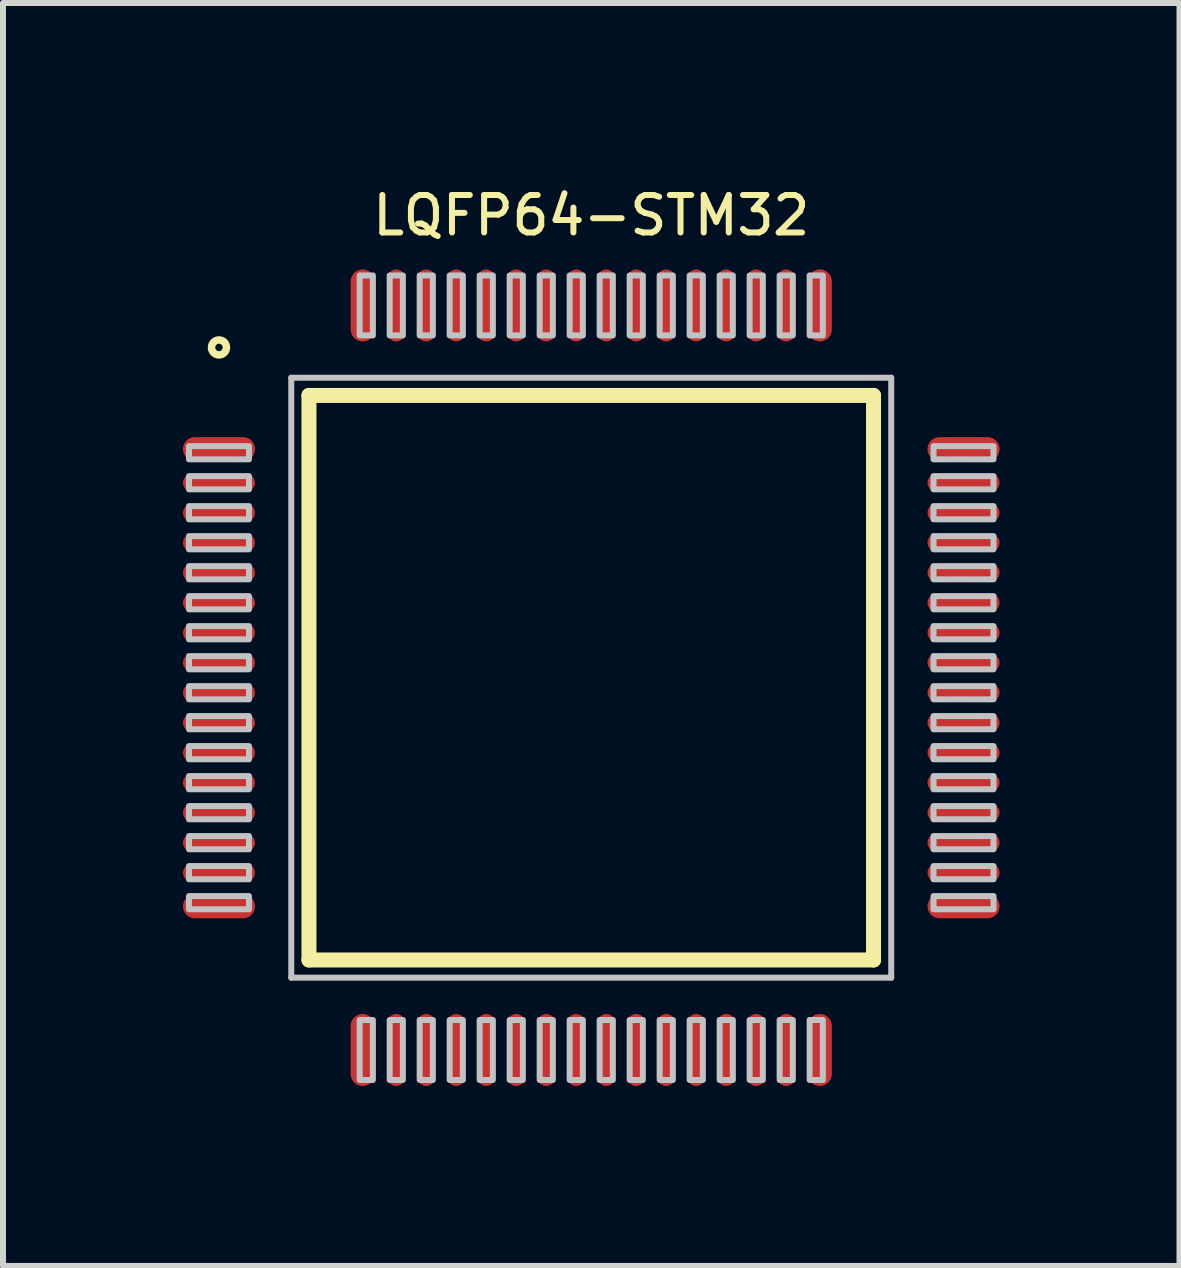
<source format=kicad_pcb>
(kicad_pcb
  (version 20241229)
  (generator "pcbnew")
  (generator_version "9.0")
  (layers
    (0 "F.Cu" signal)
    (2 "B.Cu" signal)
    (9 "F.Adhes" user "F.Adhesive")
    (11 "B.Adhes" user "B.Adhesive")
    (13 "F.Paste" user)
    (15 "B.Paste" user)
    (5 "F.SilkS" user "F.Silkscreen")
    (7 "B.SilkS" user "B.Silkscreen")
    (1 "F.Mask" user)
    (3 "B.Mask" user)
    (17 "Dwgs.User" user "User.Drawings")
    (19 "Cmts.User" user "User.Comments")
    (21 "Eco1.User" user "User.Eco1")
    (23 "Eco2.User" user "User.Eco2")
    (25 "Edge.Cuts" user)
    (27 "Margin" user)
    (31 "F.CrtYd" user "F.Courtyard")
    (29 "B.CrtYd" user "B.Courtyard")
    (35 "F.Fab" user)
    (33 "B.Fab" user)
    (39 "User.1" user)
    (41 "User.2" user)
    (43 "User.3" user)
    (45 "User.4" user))
  (footprint "LQFP64-STM32"
    (layer "F.Cu")
    (at 6.805 8.246)
    (property "Reference" "LQFP64-STM32" (at 0 -7.705 0) (layer "F.SilkS") (effects (font (size 0.625 0.625) (thickness 0.1))))
    (attr through_hole)
    (fp_line (start -4.705 -4.705) (end 4.705 -4.705) (stroke (width 0.25) (type solid)) (layer "F.SilkS"))
    (fp_line (start -4.705 4.705) (end -4.705 -4.705) (stroke (width 0.25) (type solid)) (layer "F.SilkS"))
    (fp_line (start 4.705 -4.705) (end 4.705 4.705) (stroke (width 0.25) (type solid)) (layer "F.SilkS"))
    (fp_line (start 4.705 4.705) (end -4.705 4.705) (stroke (width 0.25) (type solid)) (layer "F.SilkS"))
    (fp_circle (center -6.205 -5.505) (end -6.117 -5.417) (stroke (width 0.125) (type solid)) (fill no) (layer "F.SilkS"))
    (fp_line (start -5 -5) (end -5 5) (stroke (width 0.1) (type solid)) (layer "Dwgs.User"))
    (fp_line (start -5 5) (end 5 5) (stroke (width 0.1) (type solid)) (layer "Dwgs.User"))
    (fp_line (start 5 -5) (end -5 -5) (stroke (width 0.1) (type solid)) (layer "Dwgs.User"))
    (fp_line (start 5 5) (end 5 -5) (stroke (width 0.1) (type solid)) (layer "Dwgs.User"))
    (fp_poly (pts (xy -6.705 -3.86) (xy -6.705 -3.64) (xy -5.705 -3.64) (xy -5.705 -3.86) (xy -6.705 -3.86)) (stroke (width 0.1) (type solid)) (fill no) (layer "Dwgs.User"))
    (fp_poly (pts (xy -6.705 -3.36) (xy -6.705 -3.14) (xy -5.705 -3.14) (xy -5.705 -3.36) (xy -6.705 -3.36)) (stroke (width 0.1) (type solid)) (fill no) (layer "Dwgs.User"))
    (fp_poly (pts (xy -6.705 -2.86) (xy -6.705 -2.64) (xy -5.705 -2.64) (xy -5.705 -2.86) (xy -6.705 -2.86)) (stroke (width 0.1) (type solid)) (fill no) (layer "Dwgs.User"))
    (fp_poly (pts (xy -6.705 -2.36) (xy -6.705 -2.14) (xy -5.705 -2.14) (xy -5.705 -2.36) (xy -6.705 -2.36)) (stroke (width 0.1) (type solid)) (fill no) (layer "Dwgs.User"))
    (fp_poly (pts (xy -6.705 -1.86) (xy -6.705 -1.64) (xy -5.705 -1.64) (xy -5.705 -1.86) (xy -6.705 -1.86)) (stroke (width 0.1) (type solid)) (fill no) (layer "Dwgs.User"))
    (fp_poly (pts (xy -6.705 -1.36) (xy -6.705 -1.14) (xy -5.705 -1.14) (xy -5.705 -1.36) (xy -6.705 -1.36)) (stroke (width 0.1) (type solid)) (fill no) (layer "Dwgs.User"))
    (fp_poly (pts (xy -6.705 -0.86) (xy -6.705 -0.64) (xy -5.705 -0.64) (xy -5.705 -0.86) (xy -6.705 -0.86)) (stroke (width 0.1) (type solid)) (fill no) (layer "Dwgs.User"))
    (fp_poly (pts (xy -6.705 -0.36) (xy -6.705 -0.14) (xy -5.705 -0.14) (xy -5.705 -0.36) (xy -6.705 -0.36)) (stroke (width 0.1) (type solid)) (fill no) (layer "Dwgs.User"))
    (fp_poly (pts (xy -6.705 0.14) (xy -6.705 0.36) (xy -5.705 0.36) (xy -5.705 0.14) (xy -6.705 0.14)) (stroke (width 0.1) (type solid)) (fill no) (layer "Dwgs.User"))
    (fp_poly (pts (xy -6.705 0.64) (xy -6.705 0.86) (xy -5.705 0.86) (xy -5.705 0.64) (xy -6.705 0.64)) (stroke (width 0.1) (type solid)) (fill no) (layer "Dwgs.User"))
    (fp_poly (pts (xy -6.705 1.14) (xy -6.705 1.36) (xy -5.705 1.36) (xy -5.705 1.14) (xy -6.705 1.14)) (stroke (width 0.1) (type solid)) (fill no) (layer "Dwgs.User"))
    (fp_poly (pts (xy -6.705 1.64) (xy -6.705 1.86) (xy -5.705 1.86) (xy -5.705 1.64) (xy -6.705 1.64)) (stroke (width 0.1) (type solid)) (fill no) (layer "Dwgs.User"))
    (fp_poly (pts (xy -6.705 2.14) (xy -6.705 2.36) (xy -5.705 2.36) (xy -5.705 2.14) (xy -6.705 2.14)) (stroke (width 0.1) (type solid)) (fill no) (layer "Dwgs.User"))
    (fp_poly (pts (xy -6.705 2.64) (xy -6.705 2.86) (xy -5.705 2.86) (xy -5.705 2.64) (xy -6.705 2.64)) (stroke (width 0.1) (type solid)) (fill no) (layer "Dwgs.User"))
    (fp_poly (pts (xy -6.705 3.14) (xy -6.705 3.36) (xy -5.705 3.36) (xy -5.705 3.14) (xy -6.705 3.14)) (stroke (width 0.1) (type solid)) (fill no) (layer "Dwgs.User"))
    (fp_poly (pts (xy -6.705 3.64) (xy -6.705 3.86) (xy -5.705 3.86) (xy -5.705 3.64) (xy -6.705 3.64)) (stroke (width 0.1) (type solid)) (fill no) (layer "Dwgs.User"))
    (fp_poly (pts (xy -3.86 -6.705) (xy -3.86 -5.705) (xy -3.64 -5.705) (xy -3.64 -6.705) (xy -3.86 -6.705)) (stroke (width 0.1) (type solid)) (fill no) (layer "Dwgs.User"))
    (fp_poly (pts (xy -3.86 5.705) (xy -3.86 6.705) (xy -3.64 6.705) (xy -3.64 5.705) (xy -3.86 5.705)) (stroke (width 0.1) (type solid)) (fill no) (layer "Dwgs.User"))
    (fp_poly (pts (xy -3.36 -6.705) (xy -3.36 -5.705) (xy -3.14 -5.705) (xy -3.14 -6.705) (xy -3.36 -6.705)) (stroke (width 0.1) (type solid)) (fill no) (layer "Dwgs.User"))
    (fp_poly (pts (xy -3.36 5.705) (xy -3.36 6.705) (xy -3.14 6.705) (xy -3.14 5.705) (xy -3.36 5.705)) (stroke (width 0.1) (type solid)) (fill no) (layer "Dwgs.User"))
    (fp_poly (pts (xy -2.86 -6.705) (xy -2.86 -5.705) (xy -2.64 -5.705) (xy -2.64 -6.705) (xy -2.86 -6.705)) (stroke (width 0.1) (type solid)) (fill no) (layer "Dwgs.User"))
    (fp_poly (pts (xy -2.86 5.705) (xy -2.86 6.705) (xy -2.64 6.705) (xy -2.64 5.705) (xy -2.86 5.705)) (stroke (width 0.1) (type solid)) (fill no) (layer "Dwgs.User"))
    (fp_poly (pts (xy -2.36 -6.705) (xy -2.36 -5.705) (xy -2.14 -5.705) (xy -2.14 -6.705) (xy -2.36 -6.705)) (stroke (width 0.1) (type solid)) (fill no) (layer "Dwgs.User"))
    (fp_poly (pts (xy -2.36 5.705) (xy -2.36 6.705) (xy -2.14 6.705) (xy -2.14 5.705) (xy -2.36 5.705)) (stroke (width 0.1) (type solid)) (fill no) (layer "Dwgs.User"))
    (fp_poly (pts (xy -1.86 -6.705) (xy -1.86 -5.705) (xy -1.64 -5.705) (xy -1.64 -6.705) (xy -1.86 -6.705)) (stroke (width 0.1) (type solid)) (fill no) (layer "Dwgs.User"))
    (fp_poly (pts (xy -1.86 5.705) (xy -1.86 6.705) (xy -1.64 6.705) (xy -1.64 5.705) (xy -1.86 5.705)) (stroke (width 0.1) (type solid)) (fill no) (layer "Dwgs.User"))
    (fp_poly (pts (xy -1.36 -6.705) (xy -1.36 -5.705) (xy -1.14 -5.705) (xy -1.14 -6.705) (xy -1.36 -6.705)) (stroke (width 0.1) (type solid)) (fill no) (layer "Dwgs.User"))
    (fp_poly (pts (xy -1.36 5.705) (xy -1.36 6.705) (xy -1.14 6.705) (xy -1.14 5.705) (xy -1.36 5.705)) (stroke (width 0.1) (type solid)) (fill no) (layer "Dwgs.User"))
    (fp_poly (pts (xy -0.86 -6.705) (xy -0.86 -5.705) (xy -0.64 -5.705) (xy -0.64 -6.705) (xy -0.86 -6.705)) (stroke (width 0.1) (type solid)) (fill no) (layer "Dwgs.User"))
    (fp_poly (pts (xy -0.86 5.705) (xy -0.86 6.705) (xy -0.64 6.705) (xy -0.64 5.705) (xy -0.86 5.705)) (stroke (width 0.1) (type solid)) (fill no) (layer "Dwgs.User"))
    (fp_poly (pts (xy -0.36 -6.705) (xy -0.36 -5.705) (xy -0.14 -5.705) (xy -0.14 -6.705) (xy -0.36 -6.705)) (stroke (width 0.1) (type solid)) (fill no) (layer "Dwgs.User"))
    (fp_poly (pts (xy -0.36 5.705) (xy -0.36 6.705) (xy -0.14 6.705) (xy -0.14 5.705) (xy -0.36 5.705)) (stroke (width 0.1) (type solid)) (fill no) (layer "Dwgs.User"))
    (fp_poly (pts (xy 0.14 -6.705) (xy 0.14 -5.705) (xy 0.36 -5.705) (xy 0.36 -6.705) (xy 0.14 -6.705)) (stroke (width 0.1) (type solid)) (fill no) (layer "Dwgs.User"))
    (fp_poly (pts (xy 0.14 5.705) (xy 0.14 6.705) (xy 0.36 6.705) (xy 0.36 5.705) (xy 0.14 5.705)) (stroke (width 0.1) (type solid)) (fill no) (layer "Dwgs.User"))
    (fp_poly (pts (xy 0.64 -6.705) (xy 0.64 -5.705) (xy 0.86 -5.705) (xy 0.86 -6.705) (xy 0.64 -6.705)) (stroke (width 0.1) (type solid)) (fill no) (layer "Dwgs.User"))
    (fp_poly (pts (xy 0.64 5.705) (xy 0.64 6.705) (xy 0.86 6.705) (xy 0.86 5.705) (xy 0.64 5.705)) (stroke (width 0.1) (type solid)) (fill no) (layer "Dwgs.User"))
    (fp_poly (pts (xy 1.14 -6.705) (xy 1.14 -5.705) (xy 1.36 -5.705) (xy 1.36 -6.705) (xy 1.14 -6.705)) (stroke (width 0.1) (type solid)) (fill no) (layer "Dwgs.User"))
    (fp_poly (pts (xy 1.14 5.705) (xy 1.14 6.705) (xy 1.36 6.705) (xy 1.36 5.705) (xy 1.14 5.705)) (stroke (width 0.1) (type solid)) (fill no) (layer "Dwgs.User"))
    (fp_poly (pts (xy 1.64 -6.705) (xy 1.64 -5.705) (xy 1.86 -5.705) (xy 1.86 -6.705) (xy 1.64 -6.705)) (stroke (width 0.1) (type solid)) (fill no) (layer "Dwgs.User"))
    (fp_poly (pts (xy 1.64 5.705) (xy 1.64 6.705) (xy 1.86 6.705) (xy 1.86 5.705) (xy 1.64 5.705)) (stroke (width 0.1) (type solid)) (fill no) (layer "Dwgs.User"))
    (fp_poly (pts (xy 2.14 -6.705) (xy 2.14 -5.705) (xy 2.36 -5.705) (xy 2.36 -6.705) (xy 2.14 -6.705)) (stroke (width 0.1) (type solid)) (fill no) (layer "Dwgs.User"))
    (fp_poly (pts (xy 2.14 5.705) (xy 2.14 6.705) (xy 2.36 6.705) (xy 2.36 5.705) (xy 2.14 5.705)) (stroke (width 0.1) (type solid)) (fill no) (layer "Dwgs.User"))
    (fp_poly (pts (xy 2.64 -6.705) (xy 2.64 -5.705) (xy 2.86 -5.705) (xy 2.86 -6.705) (xy 2.64 -6.705)) (stroke (width 0.1) (type solid)) (fill no) (layer "Dwgs.User"))
    (fp_poly (pts (xy 2.64 5.705) (xy 2.64 6.705) (xy 2.86 6.705) (xy 2.86 5.705) (xy 2.64 5.705)) (stroke (width 0.1) (type solid)) (fill no) (layer "Dwgs.User"))
    (fp_poly (pts (xy 3.14 -6.705) (xy 3.14 -5.705) (xy 3.36 -5.705) (xy 3.36 -6.705) (xy 3.14 -6.705)) (stroke (width 0.1) (type solid)) (fill no) (layer "Dwgs.User"))
    (fp_poly (pts (xy 3.14 5.705) (xy 3.14 6.705) (xy 3.36 6.705) (xy 3.36 5.705) (xy 3.14 5.705)) (stroke (width 0.1) (type solid)) (fill no) (layer "Dwgs.User"))
    (fp_poly (pts (xy 3.64 -6.705) (xy 3.64 -5.705) (xy 3.86 -5.705) (xy 3.86 -6.705) (xy 3.64 -6.705)) (stroke (width 0.1) (type solid)) (fill no) (layer "Dwgs.User"))
    (fp_poly (pts (xy 3.64 5.705) (xy 3.64 6.705) (xy 3.86 6.705) (xy 3.86 5.705) (xy 3.64 5.705)) (stroke (width 0.1) (type solid)) (fill no) (layer "Dwgs.User"))
    (fp_poly (pts (xy 5.705 -3.86) (xy 5.705 -3.64) (xy 6.705 -3.64) (xy 6.705 -3.86) (xy 5.705 -3.86)) (stroke (width 0.1) (type solid)) (fill no) (layer "Dwgs.User"))
    (fp_poly (pts (xy 5.705 -3.36) (xy 5.705 -3.14) (xy 6.705 -3.14) (xy 6.705 -3.36) (xy 5.705 -3.36)) (stroke (width 0.1) (type solid)) (fill no) (layer "Dwgs.User"))
    (fp_poly (pts (xy 5.705 -2.86) (xy 5.705 -2.64) (xy 6.705 -2.64) (xy 6.705 -2.86) (xy 5.705 -2.86)) (stroke (width 0.1) (type solid)) (fill no) (layer "Dwgs.User"))
    (fp_poly (pts (xy 5.705 -2.36) (xy 5.705 -2.14) (xy 6.705 -2.14) (xy 6.705 -2.36) (xy 5.705 -2.36)) (stroke (width 0.1) (type solid)) (fill no) (layer "Dwgs.User"))
    (fp_poly (pts (xy 5.705 -1.86) (xy 5.705 -1.64) (xy 6.705 -1.64) (xy 6.705 -1.86) (xy 5.705 -1.86)) (stroke (width 0.1) (type solid)) (fill no) (layer "Dwgs.User"))
    (fp_poly (pts (xy 5.705 -1.36) (xy 5.705 -1.14) (xy 6.705 -1.14) (xy 6.705 -1.36) (xy 5.705 -1.36)) (stroke (width 0.1) (type solid)) (fill no) (layer "Dwgs.User"))
    (fp_poly (pts (xy 5.705 -0.86) (xy 5.705 -0.64) (xy 6.705 -0.64) (xy 6.705 -0.86) (xy 5.705 -0.86)) (stroke (width 0.1) (type solid)) (fill no) (layer "Dwgs.User"))
    (fp_poly (pts (xy 5.705 -0.36) (xy 5.705 -0.14) (xy 6.705 -0.14) (xy 6.705 -0.36) (xy 5.705 -0.36)) (stroke (width 0.1) (type solid)) (fill no) (layer "Dwgs.User"))
    (fp_poly (pts (xy 5.705 0.14) (xy 5.705 0.36) (xy 6.705 0.36) (xy 6.705 0.14) (xy 5.705 0.14)) (stroke (width 0.1) (type solid)) (fill no) (layer "Dwgs.User"))
    (fp_poly (pts (xy 5.705 0.64) (xy 5.705 0.86) (xy 6.705 0.86) (xy 6.705 0.64) (xy 5.705 0.64)) (stroke (width 0.1) (type solid)) (fill no) (layer "Dwgs.User"))
    (fp_poly (pts (xy 5.705 1.14) (xy 5.705 1.36) (xy 6.705 1.36) (xy 6.705 1.14) (xy 5.705 1.14)) (stroke (width 0.1) (type solid)) (fill no) (layer "Dwgs.User"))
    (fp_poly (pts (xy 5.705 1.64) (xy 5.705 1.86) (xy 6.705 1.86) (xy 6.705 1.64) (xy 5.705 1.64)) (stroke (width 0.1) (type solid)) (fill no) (layer "Dwgs.User"))
    (fp_poly (pts (xy 5.705 2.14) (xy 5.705 2.36) (xy 6.705 2.36) (xy 6.705 2.14) (xy 5.705 2.14)) (stroke (width 0.1) (type solid)) (fill no) (layer "Dwgs.User"))
    (fp_poly (pts (xy 5.705 2.64) (xy 5.705 2.86) (xy 6.705 2.86) (xy 6.705 2.64) (xy 5.705 2.64)) (stroke (width 0.1) (type solid)) (fill no) (layer "Dwgs.User"))
    (fp_poly (pts (xy 5.705 3.14) (xy 5.705 3.36) (xy 6.705 3.36) (xy 6.705 3.14) (xy 5.705 3.14)) (stroke (width 0.1) (type solid)) (fill no) (layer "Dwgs.User"))
    (fp_poly (pts (xy 5.705 3.64) (xy 5.705 3.86) (xy 6.705 3.86) (xy 6.705 3.64) (xy 5.705 3.64)) (stroke (width 0.1) (type solid)) (fill no) (layer "Dwgs.User"))
    (pad "1" smd oval (at -6.205 -3.81 180) (size 1.2 0.4) (layers "F.Cu" "F.Mask" "F.Paste"))
    (pad "2" smd oval (at -6.205 -3.25 180) (size 1.2 0.29) (layers "F.Cu" "F.Mask" "F.Paste"))
    (pad "3" smd oval (at -6.205 -2.75 180) (size 1.2 0.29) (layers "F.Cu" "F.Mask" "F.Paste"))
    (pad "4" smd oval (at -6.205 -2.25 180) (size 1.2 0.29) (layers "F.Cu" "F.Mask" "F.Paste"))
    (pad "5" smd oval (at -6.205 -1.75 180) (size 1.2 0.29) (layers "F.Cu" "F.Mask" "F.Paste"))
    (pad "6" smd oval (at -6.205 -1.25 180) (size 1.2 0.29) (layers "F.Cu" "F.Mask" "F.Paste"))
    (pad "7" smd oval (at -6.205 -0.75 180) (size 1.2 0.29) (layers "F.Cu" "F.Mask" "F.Paste"))
    (pad "8" smd oval (at -6.205 -0.25 180) (size 1.2 0.29) (layers "F.Cu" "F.Mask" "F.Paste"))
    (pad "9" smd oval (at -6.205 0.25 180) (size 1.2 0.29) (layers "F.Cu" "F.Mask" "F.Paste"))
    (pad "10" smd oval (at -6.205 0.75 180) (size 1.2 0.29) (layers "F.Cu" "F.Mask" "F.Paste"))
    (pad "11" smd oval (at -6.205 1.25 180) (size 1.2 0.29) (layers "F.Cu" "F.Mask" "F.Paste"))
    (pad "12" smd oval (at -6.205 1.75 180) (size 1.2 0.29) (layers "F.Cu" "F.Mask" "F.Paste"))
    (pad "13" smd oval (at -6.205 2.25 180) (size 1.2 0.29) (layers "F.Cu" "F.Mask" "F.Paste"))
    (pad "14" smd oval (at -6.205 2.75 180) (size 1.2 0.29) (layers "F.Cu" "F.Mask" "F.Paste"))
    (pad "15" smd oval (at -6.205 3.25 180) (size 1.2 0.29) (layers "F.Cu" "F.Mask" "F.Paste"))
    (pad "16" smd oval (at -6.205 3.81 180) (size 1.2 0.4) (layers "F.Cu" "F.Mask" "F.Paste"))
    (pad "17" smd oval (at -3.81 6.205 90) (size 1.2 0.4) (layers "F.Cu" "F.Mask" "F.Paste"))
    (pad "18" smd oval (at -3.25 6.205 90) (size 1.2 0.29) (layers "F.Cu" "F.Mask" "F.Paste"))
    (pad "19" smd oval (at -2.75 6.205 90) (size 1.2 0.29) (layers "F.Cu" "F.Mask" "F.Paste"))
    (pad "20" smd oval (at -2.25 6.205 90) (size 1.2 0.29) (layers "F.Cu" "F.Mask" "F.Paste"))
    (pad "21" smd oval (at -1.75 6.205 90) (size 1.2 0.29) (layers "F.Cu" "F.Mask" "F.Paste"))
    (pad "22" smd oval (at -1.25 6.205 90) (size 1.2 0.29) (layers "F.Cu" "F.Mask" "F.Paste"))
    (pad "23" smd oval (at -0.75 6.205 90) (size 1.2 0.29) (layers "F.Cu" "F.Mask" "F.Paste"))
    (pad "24" smd oval (at -0.25 6.205 90) (size 1.2 0.29) (layers "F.Cu" "F.Mask" "F.Paste"))
    (pad "25" smd oval (at 0.25 6.205 90) (size 1.2 0.29) (layers "F.Cu" "F.Mask" "F.Paste"))
    (pad "26" smd oval (at 0.75 6.205 90) (size 1.2 0.29) (layers "F.Cu" "F.Mask" "F.Paste"))
    (pad "27" smd oval (at 1.25 6.205 90) (size 1.2 0.29) (layers "F.Cu" "F.Mask" "F.Paste"))
    (pad "28" smd oval (at 1.75 6.205 90) (size 1.2 0.29) (layers "F.Cu" "F.Mask" "F.Paste"))
    (pad "29" smd oval (at 2.25 6.205 90) (size 1.2 0.29) (layers "F.Cu" "F.Mask" "F.Paste"))
    (pad "30" smd oval (at 2.75 6.205 90) (size 1.2 0.29) (layers "F.Cu" "F.Mask" "F.Paste"))
    (pad "31" smd oval (at 3.25 6.205 90) (size 1.2 0.29) (layers "F.Cu" "F.Mask" "F.Paste"))
    (pad "32" smd oval (at 3.81 6.205 90) (size 1.2 0.4) (layers "F.Cu" "F.Mask" "F.Paste"))
    (pad "33" smd oval (at 6.205 3.81) (size 1.2 0.4) (layers "F.Cu" "F.Mask" "F.Paste"))
    (pad "34" smd oval (at 6.205 3.25) (size 1.2 0.29) (layers "F.Cu" "F.Mask" "F.Paste"))
    (pad "35" smd oval (at 6.205 2.75) (size 1.2 0.29) (layers "F.Cu" "F.Mask" "F.Paste"))
    (pad "36" smd oval (at 6.205 2.25) (size 1.2 0.29) (layers "F.Cu" "F.Mask" "F.Paste"))
    (pad "37" smd oval (at 6.205 1.75) (size 1.2 0.29) (layers "F.Cu" "F.Mask" "F.Paste"))
    (pad "38" smd oval (at 6.205 1.25) (size 1.2 0.29) (layers "F.Cu" "F.Mask" "F.Paste"))
    (pad "39" smd oval (at 6.205 0.75) (size 1.2 0.29) (layers "F.Cu" "F.Mask" "F.Paste"))
    (pad "40" smd oval (at 6.205 0.25) (size 1.2 0.29) (layers "F.Cu" "F.Mask" "F.Paste"))
    (pad "41" smd oval (at 6.205 -0.25) (size 1.2 0.29) (layers "F.Cu" "F.Mask" "F.Paste"))
    (pad "42" smd oval (at 6.205 -0.75) (size 1.2 0.29) (layers "F.Cu" "F.Mask" "F.Paste"))
    (pad "43" smd oval (at 6.205 -1.25) (size 1.2 0.29) (layers "F.Cu" "F.Mask" "F.Paste"))
    (pad "44" smd oval (at 6.205 -1.75) (size 1.2 0.29) (layers "F.Cu" "F.Mask" "F.Paste"))
    (pad "45" smd oval (at 6.205 -2.25) (size 1.2 0.29) (layers "F.Cu" "F.Mask" "F.Paste"))
    (pad "46" smd oval (at 6.205 -2.75) (size 1.2 0.29) (layers "F.Cu" "F.Mask" "F.Paste"))
    (pad "47" smd oval (at 6.205 -3.25) (size 1.2 0.29) (layers "F.Cu" "F.Mask" "F.Paste"))
    (pad "48" smd oval (at 6.205 -3.81) (size 1.2 0.4) (layers "F.Cu" "F.Mask" "F.Paste"))
    (pad "49" smd oval (at 3.81 -6.205 270) (size 1.2 0.4) (layers "F.Cu" "F.Mask" "F.Paste"))
    (pad "50" smd oval (at 3.25 -6.205 270) (size 1.2 0.29) (layers "F.Cu" "F.Mask" "F.Paste"))
    (pad "51" smd oval (at 2.75 -6.205 270) (size 1.2 0.29) (layers "F.Cu" "F.Mask" "F.Paste"))
    (pad "52" smd oval (at 2.25 -6.205 270) (size 1.2 0.29) (layers "F.Cu" "F.Mask" "F.Paste"))
    (pad "53" smd oval (at 1.75 -6.205 270) (size 1.2 0.29) (layers "F.Cu" "F.Mask" "F.Paste"))
    (pad "54" smd oval (at 1.25 -6.205 270) (size 1.2 0.29) (layers "F.Cu" "F.Mask" "F.Paste"))
    (pad "55" smd oval (at 0.75 -6.205 270) (size 1.2 0.29) (layers "F.Cu" "F.Mask" "F.Paste"))
    (pad "56" smd oval (at 0.25 -6.205 270) (size 1.2 0.29) (layers "F.Cu" "F.Mask" "F.Paste"))
    (pad "57" smd oval (at -0.25 -6.205 270) (size 1.2 0.29) (layers "F.Cu" "F.Mask" "F.Paste"))
    (pad "58" smd oval (at -0.75 -6.205 270) (size 1.2 0.29) (layers "F.Cu" "F.Mask" "F.Paste"))
    (pad "59" smd oval (at -1.25 -6.205 270) (size 1.2 0.29) (layers "F.Cu" "F.Mask" "F.Paste"))
    (pad "60" smd oval (at -1.75 -6.205 270) (size 1.2 0.29) (layers "F.Cu" "F.Mask" "F.Paste"))
    (pad "61" smd oval (at -2.25 -6.205 270) (size 1.2 0.29) (layers "F.Cu" "F.Mask" "F.Paste"))
    (pad "62" smd oval (at -2.75 -6.205 270) (size 1.2 0.29) (layers "F.Cu" "F.Mask" "F.Paste"))
    (pad "63" smd oval (at -3.25 -6.205 270) (size 1.2 0.29) (layers "F.Cu" "F.Mask" "F.Paste"))
    (pad "64" smd oval (at -3.81 -6.205 270) (size 1.2 0.4) (layers "F.Cu" "F.Mask" "F.Paste")))
  (gr_rect
    (start -3 -3)
    (end 16.61 18.051)
    (stroke (width 0.1) (type default))
    (fill no)
    (layer "Edge.Cuts")))
</source>
